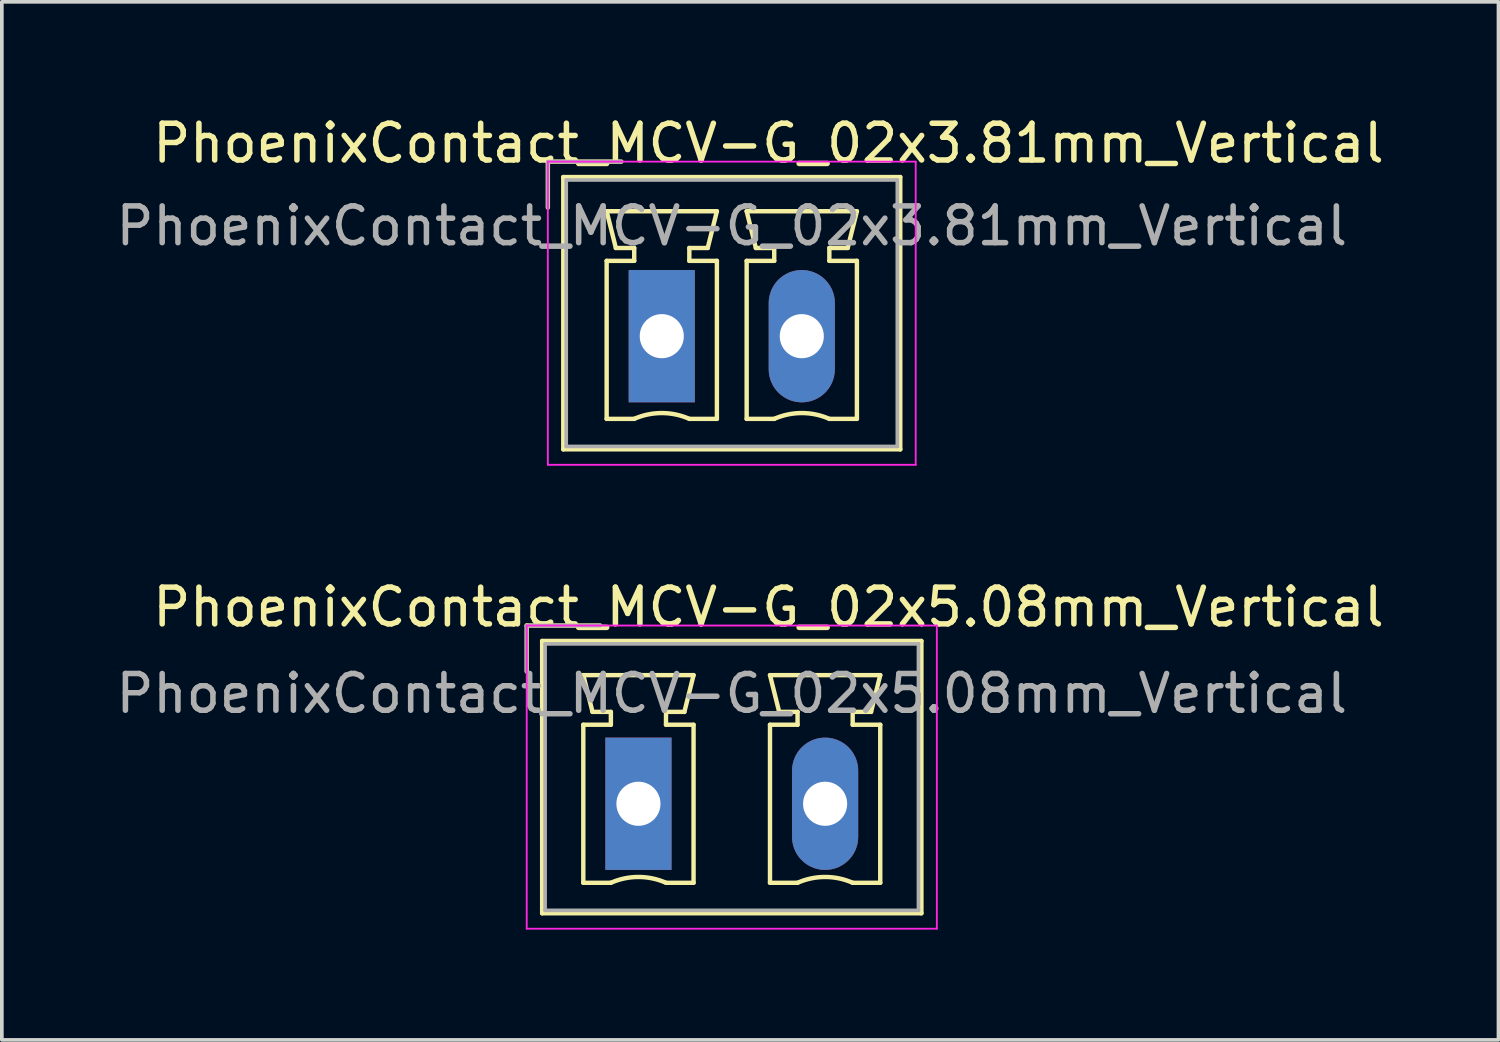
<source format=kicad_pcb>
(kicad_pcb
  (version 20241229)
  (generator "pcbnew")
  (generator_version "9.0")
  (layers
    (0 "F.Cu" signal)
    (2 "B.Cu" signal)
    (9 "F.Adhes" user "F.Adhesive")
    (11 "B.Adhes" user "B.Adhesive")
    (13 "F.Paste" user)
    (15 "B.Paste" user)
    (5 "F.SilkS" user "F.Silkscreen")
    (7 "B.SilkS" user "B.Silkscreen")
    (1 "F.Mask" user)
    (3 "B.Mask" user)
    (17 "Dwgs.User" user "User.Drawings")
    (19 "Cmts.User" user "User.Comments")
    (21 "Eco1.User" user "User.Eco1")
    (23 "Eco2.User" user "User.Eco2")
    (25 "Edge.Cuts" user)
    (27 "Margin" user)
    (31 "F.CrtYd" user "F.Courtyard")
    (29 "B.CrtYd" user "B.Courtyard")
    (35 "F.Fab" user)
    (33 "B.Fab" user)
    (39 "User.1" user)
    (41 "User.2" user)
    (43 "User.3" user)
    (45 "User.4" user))
  (footprint "PhoenixContact_MCV-G_02x3.81mm_Vertical"
    (layer "F.Cu")
    (at 14.958 6.098)
    (property "Reference" "PhoenixContact_MCV-G_02x3.81mm_Vertical" (at 2.905 -5.25 0) (layer "F.SilkS") (effects (font (size 1 1) (thickness 0.15))))
    (attr through_hole)
    (fp_line (start -3.1 -4.75) (end -1.1 -4.75) (stroke (width 0.12) (type solid)) (layer "F.SilkS"))
    (fp_line (start -3.1 -3.5) (end -3.1 -4.75) (stroke (width 0.12) (type solid)) (layer "F.SilkS"))
    (fp_line (start -2.68 -4.33) (end -2.68 3.08) (stroke (width 0.12) (type solid)) (layer "F.SilkS"))
    (fp_line (start -2.68 3.08) (end 6.49 3.08) (stroke (width 0.12) (type solid)) (layer "F.SilkS"))
    (fp_line (start -1.5 -3.4) (end 1.5 -3.4) (stroke (width 0.12) (type solid)) (layer "F.SilkS"))
    (fp_line (start -1.5 -2.05) (end -0.75 -2.05) (stroke (width 0.12) (type solid)) (layer "F.SilkS"))
    (fp_line (start -1.5 2.25) (end -1.5 -2.05) (stroke (width 0.12) (type solid)) (layer "F.SilkS"))
    (fp_line (start -1.25 -2.4) (end -1.5 -3.4) (stroke (width 0.12) (type solid)) (layer "F.SilkS"))
    (fp_line (start -0.75 -2.4) (end -1.25 -2.4) (stroke (width 0.12) (type solid)) (layer "F.SilkS"))
    (fp_line (start -0.75 -2.05) (end -0.75 -2.4) (stroke (width 0.12) (type solid)) (layer "F.SilkS"))
    (fp_line (start -0.75 2.25) (end -1.5 2.25) (stroke (width 0.12) (type solid)) (layer "F.SilkS"))
    (fp_line (start 0.75 -2.4) (end 0.75 -2.05) (stroke (width 0.12) (type solid)) (layer "F.SilkS"))
    (fp_line (start 0.75 -2.05) (end 1.5 -2.05) (stroke (width 0.12) (type solid)) (layer "F.SilkS"))
    (fp_line (start 1.25 -2.4) (end 0.75 -2.4) (stroke (width 0.12) (type solid)) (layer "F.SilkS"))
    (fp_line (start 1.5 -3.4) (end 1.25 -2.4) (stroke (width 0.12) (type solid)) (layer "F.SilkS"))
    (fp_line (start 1.5 -2.05) (end 1.5 2.25) (stroke (width 0.12) (type solid)) (layer "F.SilkS"))
    (fp_line (start 1.5 2.25) (end 0.75 2.25) (stroke (width 0.12) (type solid)) (layer "F.SilkS"))
    (fp_line (start 2.31 -3.4) (end 5.31 -3.4) (stroke (width 0.12) (type solid)) (layer "F.SilkS"))
    (fp_line (start 2.31 -2.05) (end 3.06 -2.05) (stroke (width 0.12) (type solid)) (layer "F.SilkS"))
    (fp_line (start 2.31 2.25) (end 2.31 -2.05) (stroke (width 0.12) (type solid)) (layer "F.SilkS"))
    (fp_line (start 2.56 -2.4) (end 2.31 -3.4) (stroke (width 0.12) (type solid)) (layer "F.SilkS"))
    (fp_line (start 3.06 -2.4) (end 2.56 -2.4) (stroke (width 0.12) (type solid)) (layer "F.SilkS"))
    (fp_line (start 3.06 -2.05) (end 3.06 -2.4) (stroke (width 0.12) (type solid)) (layer "F.SilkS"))
    (fp_line (start 3.06 2.25) (end 2.31 2.25) (stroke (width 0.12) (type solid)) (layer "F.SilkS"))
    (fp_line (start 4.56 -2.4) (end 4.56 -2.05) (stroke (width 0.12) (type solid)) (layer "F.SilkS"))
    (fp_line (start 4.56 -2.05) (end 5.31 -2.05) (stroke (width 0.12) (type solid)) (layer "F.SilkS"))
    (fp_line (start 5.06 -2.4) (end 4.56 -2.4) (stroke (width 0.12) (type solid)) (layer "F.SilkS"))
    (fp_line (start 5.31 -3.4) (end 5.06 -2.4) (stroke (width 0.12) (type solid)) (layer "F.SilkS"))
    (fp_line (start 5.31 -2.05) (end 5.31 2.25) (stroke (width 0.12) (type solid)) (layer "F.SilkS"))
    (fp_line (start 5.31 2.25) (end 4.56 2.25) (stroke (width 0.12) (type solid)) (layer "F.SilkS"))
    (fp_line (start 6.49 -4.33) (end -2.68 -4.33) (stroke (width 0.12) (type solid)) (layer "F.SilkS"))
    (fp_line (start 6.49 3.08) (end 6.49 -4.33) (stroke (width 0.12) (type solid)) (layer "F.SilkS"))
    (fp_arc (start -0.75 2.25) (mid -0.000193 2.09191) (end 0.749647 2.249844) (stroke (width 0.12) (type solid)) (layer "F.SilkS"))
    (fp_arc (start 3.06 2.25) (mid 3.809807 2.09191) (end 4.559647 2.249844) (stroke (width 0.12) (type solid)) (layer "F.SilkS"))
    (fp_line (start -3.1 -4.75) (end -3.1 3.5) (stroke (width 0.05) (type solid)) (layer "F.CrtYd"))
    (fp_line (start -3.1 3.5) (end 6.91 3.5) (stroke (width 0.05) (type solid)) (layer "F.CrtYd"))
    (fp_line (start 6.91 -4.75) (end -3.1 -4.75) (stroke (width 0.05) (type solid)) (layer "F.CrtYd"))
    (fp_line (start 6.91 3.5) (end 6.91 -4.75) (stroke (width 0.05) (type solid)) (layer "F.CrtYd"))
    (fp_line (start -3.1 -4.75) (end -1.1 -4.75) (stroke (width 0.1) (type solid)) (layer "F.Fab"))
    (fp_line (start -3.1 -3.5) (end -3.1 -4.75) (stroke (width 0.1) (type solid)) (layer "F.Fab"))
    (fp_line (start -2.6 -4.25) (end -2.6 3) (stroke (width 0.1) (type solid)) (layer "F.Fab"))
    (fp_line (start -2.6 3) (end 6.41 3) (stroke (width 0.1) (type solid)) (layer "F.Fab"))
    (fp_line (start 6.41 -4.25) (end -2.6 -4.25) (stroke (width 0.1) (type solid)) (layer "F.Fab"))
    (fp_line (start 6.41 3) (end 6.41 -4.25) (stroke (width 0.1) (type solid)) (layer "F.Fab"))
    (fp_text user "${REFERENCE}" (at 1.905 -3 0) (layer "F.Fab") (effects (font (size 1 1) (thickness 0.15))))
    (pad "1" thru_hole rect (at 0 0) (size 1.8 3.6) (drill 1.2) (layers "*.Cu" "*.Mask"))
    (pad "2" thru_hole oval (at 3.81 0) (size 1.8 3.6) (drill 1.2) (layers "*.Cu" "*.Mask")))
  (footprint "PhoenixContact_MCV-G_02x5.08mm_Vertical"
    (layer "F.Cu")
    (at 14.323 18.822)
    (property "Reference" "PhoenixContact_MCV-G_02x5.08mm_Vertical" (at 3.54 -5.35 0) (layer "F.SilkS") (effects (font (size 1 1) (thickness 0.15))))
    (attr through_hole)
    (fp_line (start -3.04 -4.85) (end -1.04 -4.85) (stroke (width 0.12) (type solid)) (layer "F.SilkS"))
    (fp_line (start -3.04 -3.6) (end -3.04 -4.85) (stroke (width 0.12) (type solid)) (layer "F.SilkS"))
    (fp_line (start -2.62 -4.43) (end -2.62 2.98) (stroke (width 0.12) (type solid)) (layer "F.SilkS"))
    (fp_line (start -2.62 2.98) (end 7.7 2.98) (stroke (width 0.12) (type solid)) (layer "F.SilkS"))
    (fp_line (start -1.5 -3.5) (end 1.5 -3.5) (stroke (width 0.12) (type solid)) (layer "F.SilkS"))
    (fp_line (start -1.5 -2.15) (end -0.75 -2.15) (stroke (width 0.12) (type solid)) (layer "F.SilkS"))
    (fp_line (start -1.5 2.15) (end -1.5 -2.15) (stroke (width 0.12) (type solid)) (layer "F.SilkS"))
    (fp_line (start -1.25 -2.5) (end -1.5 -3.5) (stroke (width 0.12) (type solid)) (layer "F.SilkS"))
    (fp_line (start -0.75 -2.5) (end -1.25 -2.5) (stroke (width 0.12) (type solid)) (layer "F.SilkS"))
    (fp_line (start -0.75 -2.15) (end -0.75 -2.5) (stroke (width 0.12) (type solid)) (layer "F.SilkS"))
    (fp_line (start -0.75 2.15) (end -1.5 2.15) (stroke (width 0.12) (type solid)) (layer "F.SilkS"))
    (fp_line (start 0.75 -2.5) (end 0.75 -2.15) (stroke (width 0.12) (type solid)) (layer "F.SilkS"))
    (fp_line (start 0.75 -2.15) (end 1.5 -2.15) (stroke (width 0.12) (type solid)) (layer "F.SilkS"))
    (fp_line (start 1.25 -2.5) (end 0.75 -2.5) (stroke (width 0.12) (type solid)) (layer "F.SilkS"))
    (fp_line (start 1.5 -3.5) (end 1.25 -2.5) (stroke (width 0.12) (type solid)) (layer "F.SilkS"))
    (fp_line (start 1.5 -2.15) (end 1.5 2.15) (stroke (width 0.12) (type solid)) (layer "F.SilkS"))
    (fp_line (start 1.5 2.15) (end 0.75 2.15) (stroke (width 0.12) (type solid)) (layer "F.SilkS"))
    (fp_line (start 3.58 -3.5) (end 6.58 -3.5) (stroke (width 0.12) (type solid)) (layer "F.SilkS"))
    (fp_line (start 3.58 -2.15) (end 4.33 -2.15) (stroke (width 0.12) (type solid)) (layer "F.SilkS"))
    (fp_line (start 3.58 2.15) (end 3.58 -2.15) (stroke (width 0.12) (type solid)) (layer "F.SilkS"))
    (fp_line (start 3.83 -2.5) (end 3.58 -3.5) (stroke (width 0.12) (type solid)) (layer "F.SilkS"))
    (fp_line (start 4.33 -2.5) (end 3.83 -2.5) (stroke (width 0.12) (type solid)) (layer "F.SilkS"))
    (fp_line (start 4.33 -2.15) (end 4.33 -2.5) (stroke (width 0.12) (type solid)) (layer "F.SilkS"))
    (fp_line (start 4.33 2.15) (end 3.58 2.15) (stroke (width 0.12) (type solid)) (layer "F.SilkS"))
    (fp_line (start 5.83 -2.5) (end 5.83 -2.15) (stroke (width 0.12) (type solid)) (layer "F.SilkS"))
    (fp_line (start 5.83 -2.15) (end 6.58 -2.15) (stroke (width 0.12) (type solid)) (layer "F.SilkS"))
    (fp_line (start 6.33 -2.5) (end 5.83 -2.5) (stroke (width 0.12) (type solid)) (layer "F.SilkS"))
    (fp_line (start 6.58 -3.5) (end 6.33 -2.5) (stroke (width 0.12) (type solid)) (layer "F.SilkS"))
    (fp_line (start 6.58 -2.15) (end 6.58 2.15) (stroke (width 0.12) (type solid)) (layer "F.SilkS"))
    (fp_line (start 6.58 2.15) (end 5.83 2.15) (stroke (width 0.12) (type solid)) (layer "F.SilkS"))
    (fp_line (start 7.7 -4.43) (end -2.62 -4.43) (stroke (width 0.12) (type solid)) (layer "F.SilkS"))
    (fp_line (start 7.7 2.98) (end 7.7 -4.43) (stroke (width 0.12) (type solid)) (layer "F.SilkS"))
    (fp_arc (start -0.75 2.15) (mid -0.000193 1.99191) (end 0.749647 2.149844) (stroke (width 0.12) (type solid)) (layer "F.SilkS"))
    (fp_arc (start 4.33 2.15) (mid 5.079807 1.99191) (end 5.829647 2.149844) (stroke (width 0.12) (type solid)) (layer "F.SilkS"))
    (fp_line (start -3.04 -4.85) (end -3.04 3.4) (stroke (width 0.05) (type solid)) (layer "F.CrtYd"))
    (fp_line (start -3.04 3.4) (end 8.12 3.4) (stroke (width 0.05) (type solid)) (layer "F.CrtYd"))
    (fp_line (start 8.12 -4.85) (end -3.04 -4.85) (stroke (width 0.05) (type solid)) (layer "F.CrtYd"))
    (fp_line (start 8.12 3.4) (end 8.12 -4.85) (stroke (width 0.05) (type solid)) (layer "F.CrtYd"))
    (fp_line (start -3.04 -4.85) (end -1.04 -4.85) (stroke (width 0.1) (type solid)) (layer "F.Fab"))
    (fp_line (start -3.04 -3.6) (end -3.04 -4.85) (stroke (width 0.1) (type solid)) (layer "F.Fab"))
    (fp_line (start -2.54 -4.35) (end -2.54 2.9) (stroke (width 0.1) (type solid)) (layer "F.Fab"))
    (fp_line (start -2.54 2.9) (end 7.62 2.9) (stroke (width 0.1) (type solid)) (layer "F.Fab"))
    (fp_line (start 7.62 -4.35) (end -2.54 -4.35) (stroke (width 0.1) (type solid)) (layer "F.Fab"))
    (fp_line (start 7.62 2.9) (end 7.62 -4.35) (stroke (width 0.1) (type solid)) (layer "F.Fab"))
    (fp_text user "${REFERENCE}" (at 2.54 -3 0) (layer "F.Fab") (effects (font (size 1 1) (thickness 0.15))))
    (pad "1" thru_hole rect (at 0 0) (size 1.8 3.6) (drill 1.2) (layers "*.Cu" "*.Mask"))
    (pad "2" thru_hole oval (at 5.08 0) (size 1.8 3.6) (drill 1.2) (layers "*.Cu" "*.Mask")))
  (gr_rect
    (start -3 -3)
    (end 37.726 25.247)
    (stroke (width 0.1) (type default))
    (fill no)
    (layer "Edge.Cuts")))
</source>
